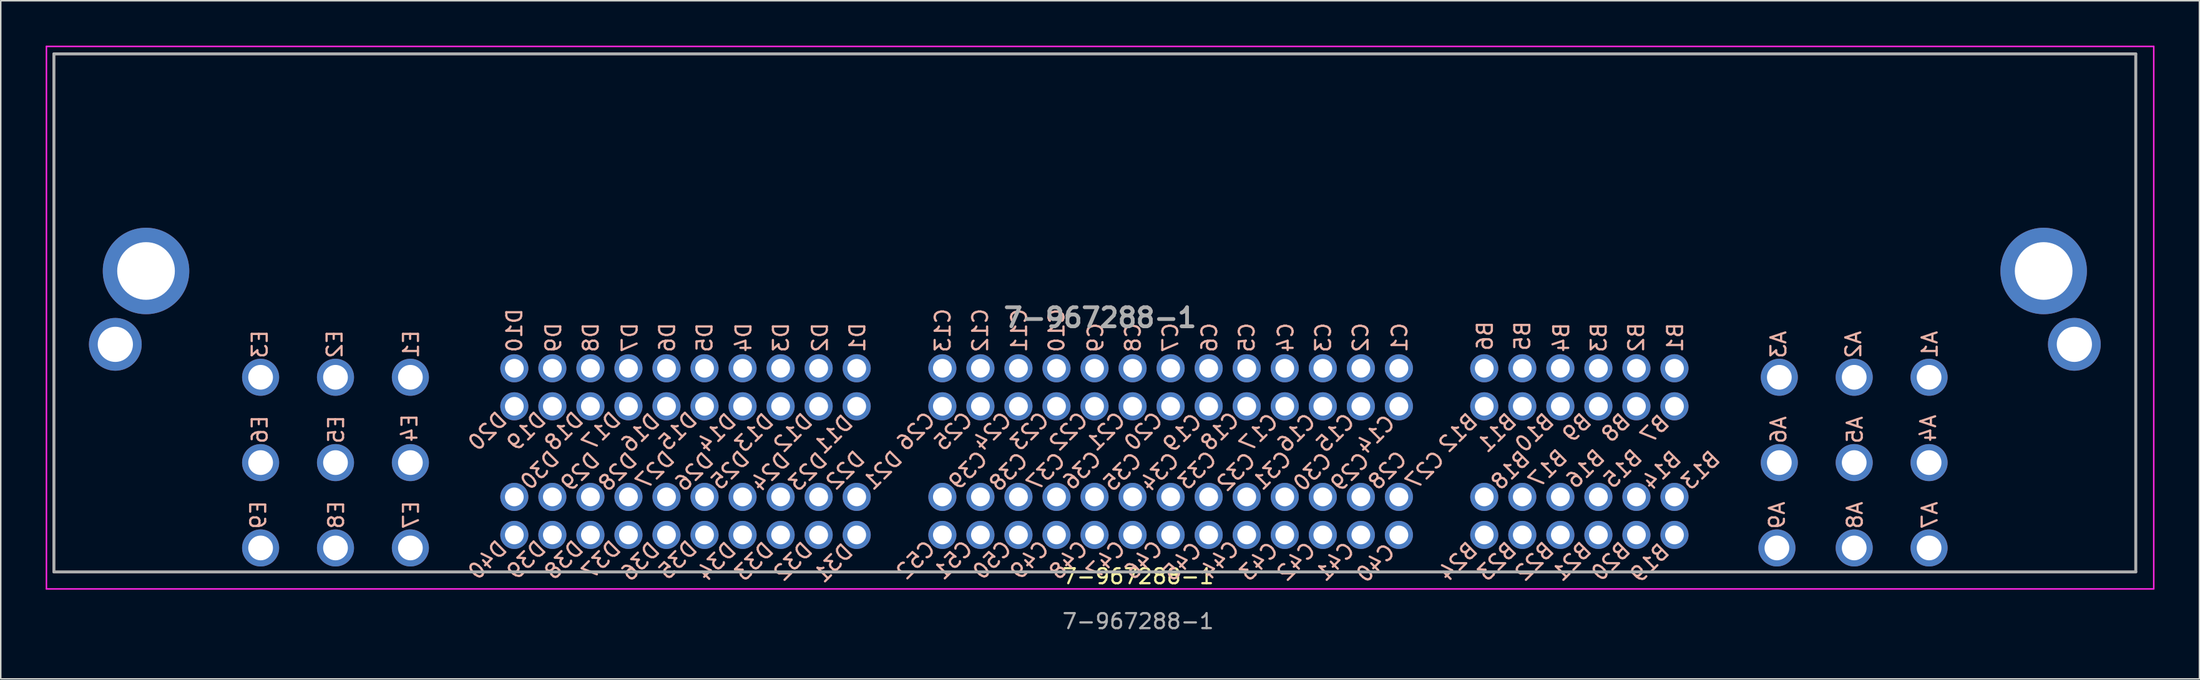
<source format=kicad_pcb>
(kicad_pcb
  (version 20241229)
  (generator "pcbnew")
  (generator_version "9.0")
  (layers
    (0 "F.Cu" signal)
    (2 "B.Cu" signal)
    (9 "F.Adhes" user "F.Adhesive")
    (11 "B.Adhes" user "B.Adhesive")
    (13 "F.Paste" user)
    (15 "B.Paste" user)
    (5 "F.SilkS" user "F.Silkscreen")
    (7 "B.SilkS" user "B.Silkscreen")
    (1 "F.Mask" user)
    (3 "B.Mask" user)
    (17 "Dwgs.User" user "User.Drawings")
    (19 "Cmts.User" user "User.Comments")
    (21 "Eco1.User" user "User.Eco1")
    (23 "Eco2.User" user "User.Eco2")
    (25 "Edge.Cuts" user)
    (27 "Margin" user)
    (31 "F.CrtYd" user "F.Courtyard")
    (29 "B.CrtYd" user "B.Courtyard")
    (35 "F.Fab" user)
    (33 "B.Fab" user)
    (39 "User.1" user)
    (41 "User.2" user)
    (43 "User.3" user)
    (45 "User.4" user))
  (footprint "7-967288-1"
    (layer "F.Cu")
    (at 72.94 35.949)
    (property "Reference" "7-967288-1" (at 0 -0.5 0) (unlocked yes) (layer "F.SilkS") (effects (font (size 1 1) (thickness 0.15))))
    (attr through_hole)
    (fp_line (start -72.39 -35.399) (end 66.61 -35.399) (stroke (width 0.1) (type solid)) (layer "F.SilkS"))
    (fp_line (start -72.39 -0.799) (end -72.39 -35.399) (stroke (width 0.1) (type solid)) (layer "F.SilkS"))
    (fp_line (start -60.39 -0.799) (end -72.39 -0.799) (stroke (width 0.1) (type solid)) (layer "F.SilkS"))
    (fp_line (start 40.61 -0.799) (end -46.39 -0.799) (stroke (width 0.1) (type solid)) (layer "F.SilkS"))
    (fp_line (start 66.61 -35.399) (end 66.61 -0.799) (stroke (width 0.1) (type solid)) (layer "F.SilkS"))
    (fp_line (start 66.61 -0.799) (end 54.61 -0.799) (stroke (width 0.1) (type solid)) (layer "F.SilkS"))
    (fp_line (start -72.89 -35.899) (end 67.81 -35.899) (stroke (width 0.1) (type solid)) (layer "F.CrtYd"))
    (fp_line (start -72.89 0.339) (end -72.89 -35.899) (stroke (width 0.1) (type solid)) (layer "F.CrtYd"))
    (fp_line (start 67.81 -35.899) (end 67.81 0.339) (stroke (width 0.1) (type solid)) (layer "F.CrtYd"))
    (fp_line (start 67.81 0.339) (end -72.89 0.339) (stroke (width 0.1) (type solid)) (layer "F.CrtYd"))
    (fp_line (start -72.39 -35.399) (end 66.61 -35.399) (stroke (width 0.2) (type solid)) (layer "F.Fab"))
    (fp_line (start -72.39 -0.799) (end -72.39 -35.399) (stroke (width 0.2) (type solid)) (layer "F.Fab"))
    (fp_line (start 66.61 -35.399) (end 66.61 -0.799) (stroke (width 0.2) (type solid)) (layer "F.Fab"))
    (fp_line (start 66.61 -0.799) (end -72.39 -0.799) (stroke (width 0.2) (type solid)) (layer "F.Fab"))
    (fp_text user "C7" (at 2.16 -15.38 90) (unlocked yes) (layer "B.SilkS") (effects (font (size 1 1) (thickness 0.15)) (justify right mirror)))
    (fp_text user "B4" (at 28.26 -15.38 90) (unlocked yes) (layer "B.SilkS") (effects (font (size 1 1) (thickness 0.15)) (justify right mirror)))
    (fp_text user "C32" (at 5.46 -6.38 45) (unlocked yes) (layer "B.SilkS") (effects (font (size 1 1) (thickness 0.15)) (justify right mirror)))
    (fp_text user "C13" (at -13.04 -15.38 90) (unlocked yes) (layer "B.SilkS") (effects (font (size 1 1) (thickness 0.15)) (justify right mirror)))
    (fp_text user "C11" (at -7.94 -15.38 90) (unlocked yes) (layer "B.SilkS") (effects (font (size 1 1) (thickness 0.15)) (justify right mirror)))
    (fp_text user "C19" (at 4.06 -11.18 45) (unlocked yes) (layer "B.SilkS") (effects (font (size 1 1) (thickness 0.15)) (justify left mirror)))
    (fp_text user "C46" (at 1.46 -2.68 45) (unlocked yes) (layer "B.SilkS") (effects (font (size 1 1) (thickness 0.15)) (justify left mirror)))
    (fp_text user "C41" (at 14.26 -2.58 45) (unlocked yes) (layer "B.SilkS") (effects (font (size 1 1) (thickness 0.15)) (justify left mirror)))
    (fp_text user "C18" (at 6.56 -11.28 45) (unlocked yes) (layer "B.SilkS") (effects (font (size 1 1) (thickness 0.15)) (justify left mirror)))
    (fp_text user "E2" (at -53.64 -14.98 90) (unlocked yes) (layer "B.SilkS") (effects (font (size 1 1) (thickness 0.15)) (justify right mirror)))
    (fp_text user "B14" (at 33.86 -6.48 45) (unlocked yes) (layer "B.SilkS") (effects (font (size 1 1) (thickness 0.15)) (justify right mirror)))
    (fp_text user "B8" (at 32.66 -11.18 45) (unlocked yes) (layer "B.SilkS") (effects (font (size 1 1) (thickness 0.15)) (justify left mirror)))
    (fp_text user "B17" (at 26.26 -6.58 45) (unlocked yes) (layer "B.SilkS") (effects (font (size 1 1) (thickness 0.15)) (justify right mirror)))
    (fp_text user "D20" (at -42.34 -11.28 45) (unlocked yes) (layer "B.SilkS") (effects (font (size 1 1) (thickness 0.15)) (justify left mirror)))
    (fp_text user "B1" (at 35.86 -15.38 90) (unlocked yes) (layer "B.SilkS") (effects (font (size 1 1) (thickness 0.15)) (justify right mirror)))
    (fp_text user "A9" (at 42.66 -3.58 90) (unlocked yes) (layer "B.SilkS") (effects (font (size 1 1) (thickness 0.15)) (justify right mirror)))
    (fp_text user "D33" (at -24.54 -2.58 45) (unlocked yes) (layer "B.SilkS") (effects (font (size 1 1) (thickness 0.15)) (justify left mirror)))
    (fp_text user "B9" (at 30.06 -11.18 45) (unlocked yes) (layer "B.SilkS") (effects (font (size 1 1) (thickness 0.15)) (justify left mirror)))
    (fp_text user "C27" (at 18.06 -6.48 45) (unlocked yes) (layer "B.SilkS") (effects (font (size 1 1) (thickness 0.15)) (justify right mirror)))
    (fp_text user "D27" (at -33.34 -6.48 45) (unlocked yes) (layer "B.SilkS") (effects (font (size 1 1) (thickness 0.15)) (justify right mirror)))
    (fp_text user "C16" (at 11.66 -11.18 45) (unlocked yes) (layer "B.SilkS") (effects (font (size 1 1) (thickness 0.15)) (justify left mirror)))
    (fp_text user "A8" (at 47.86 -3.58 90) (unlocked yes) (layer "B.SilkS") (effects (font (size 1 1) (thickness 0.15)) (justify right mirror)))
    (fp_text user "D3" (at -23.84 -15.38 90) (unlocked yes) (layer "B.SilkS") (effects (font (size 1 1) (thickness 0.15)) (justify right mirror)))
    (fp_text user "C2" (at 14.86 -15.38 90) (unlocked yes) (layer "B.SilkS") (effects (font (size 1 1) (thickness 0.15)) (justify right mirror)))
    (fp_text user "E3" (at -58.64 -14.98 90) (unlocked yes) (layer "B.SilkS") (effects (font (size 1 1) (thickness 0.15)) (justify right mirror)))
    (fp_text user "C44" (at 6.56 -2.68 45) (unlocked yes) (layer "B.SilkS") (effects (font (size 1 1) (thickness 0.15)) (justify left mirror)))
    (fp_text user "B24" (at 22.46 -2.58 45) (unlocked yes) (layer "B.SilkS") (effects (font (size 1 1) (thickness 0.15)) (justify left mirror)))
    (fp_text user "C3" (at 12.36 -15.38 90) (unlocked yes) (layer "B.SilkS") (effects (font (size 1 1) (thickness 0.15)) (justify right mirror)))
    (fp_text user "C22" (at -3.54 -11.28 45) (unlocked yes) (layer "B.SilkS") (effects (font (size 1 1) (thickness 0.15)) (justify left mirror)))
    (fp_text user "B3" (at 30.76 -15.38 90) (unlocked yes) (layer "B.SilkS") (effects (font (size 1 1) (thickness 0.15)) (justify right mirror)))
    (fp_text user "D12" (at -21.94 -11.18 45) (unlocked yes) (layer "B.SilkS") (effects (font (size 1 1) (thickness 0.15)) (justify left mirror)))
    (fp_text user "D8" (at -36.54 -15.38 90) (unlocked yes) (layer "B.SilkS") (effects (font (size 1 1) (thickness 0.15)) (justify right mirror)))
    (fp_text user "C40" (at 16.96 -2.48 45) (unlocked yes) (layer "B.SilkS") (effects (font (size 1 1) (thickness 0.15)) (justify left mirror)))
    (fp_text user "B2" (at 33.26 -15.38 90) (unlocked yes) (layer "B.SilkS") (effects (font (size 1 1) (thickness 0.15)) (justify right mirror)))
    (fp_text user "A5" (at 47.86 -9.28 90) (unlocked yes) (layer "B.SilkS") (effects (font (size 1 1) (thickness 0.15)) (justify right mirror)))
    (fp_text user "C4" (at 9.86 -15.38 90) (unlocked yes) (layer "B.SilkS") (effects (font (size 1 1) (thickness 0.15)) (justify right mirror)))
    (fp_text user "D35" (at -29.64 -2.68 45) (unlocked yes) (layer "B.SilkS") (effects (font (size 1 1) (thickness 0.15)) (justify left mirror)))
    (fp_text user "E7" (at -48.54 -3.58 90) (unlocked yes) (layer "B.SilkS") (effects (font (size 1 1) (thickness 0.15)) (justify right mirror)))
    (fp_text user "C33" (at 2.86 -6.48 45) (unlocked yes) (layer "B.SilkS") (effects (font (size 1 1) (thickness 0.15)) (justify right mirror)))
    (fp_text user "D7" (at -33.94 -15.38 90) (unlocked yes) (layer "B.SilkS") (effects (font (size 1 1) (thickness 0.15)) (justify right mirror)))
    (fp_text user "C50" (at -8.64 -2.68 45) (unlocked yes) (layer "B.SilkS") (effects (font (size 1 1) (thickness 0.15)) (justify left mirror)))
    (fp_text user "E9" (at -58.74 -3.58 90) (unlocked yes) (layer "B.SilkS") (effects (font (size 1 1) (thickness 0.15)) (justify right mirror)))
    (fp_text user "E5" (at -53.54 -9.28 90) (unlocked yes) (layer "B.SilkS") (effects (font (size 1 1) (thickness 0.15)) (justify right mirror)))
    (fp_text user "D26" (at -30.74 -6.38 45) (unlocked yes) (layer "B.SilkS") (effects (font (size 1 1) (thickness 0.15)) (justify right mirror)))
    (fp_text user "A1" (at 52.86 -14.98 90) (unlocked yes) (layer "B.SilkS") (effects (font (size 1 1) (thickness 0.15)) (justify right mirror)))
    (fp_text user "D2" (at -21.24 -15.38 90) (unlocked yes) (layer "B.SilkS") (effects (font (size 1 1) (thickness 0.15)) (justify right mirror)))
    (fp_text user "D18" (at -37.24 -11.28 45) (unlocked yes) (layer "B.SilkS") (effects (font (size 1 1) (thickness 0.15)) (justify left mirror)))
    (fp_text user "E1" (at -48.54 -14.98 90) (unlocked yes) (layer "B.SilkS") (effects (font (size 1 1) (thickness 0.15)) (justify right mirror)))
    (fp_text user "B23" (at 25.06 -2.58 45) (unlocked yes) (layer "B.SilkS") (effects (font (size 1 1) (thickness 0.15)) (justify left mirror)))
    (fp_text user "C52" (at -13.74 -2.68 45) (unlocked yes) (layer "B.SilkS") (effects (font (size 1 1) (thickness 0.15)) (justify left mirror)))
    (fp_text user "A2" (at 47.76 -14.98 90) (unlocked yes) (layer "B.SilkS") (effects (font (size 1 1) (thickness 0.15)) (justify right mirror)))
    (fp_text user "D25" (at -28.34 -6.48 45) (unlocked yes) (layer "B.SilkS") (effects (font (size 1 1) (thickness 0.15)) (justify right mirror)))
    (fp_text user "D30" (at -41.04 -6.48 45) (unlocked yes) (layer "B.SilkS") (effects (font (size 1 1) (thickness 0.15)) (justify right mirror)))
    (fp_text user "D21" (at -18.14 -6.48 45) (unlocked yes) (layer "B.SilkS") (effects (font (size 1 1) (thickness 0.15)) (justify right mirror)))
    (fp_text user "D31" (at -19.24 -2.48 45) (unlocked yes) (layer "B.SilkS") (effects (font (size 1 1) (thickness 0.15)) (justify left mirror)))
    (fp_text user "D38" (at -37.24 -2.68 45) (unlocked yes) (layer "B.SilkS") (effects (font (size 1 1) (thickness 0.15)) (justify left mirror)))
    (fp_text user "B22" (at 27.56 -2.58 45) (unlocked yes) (layer "B.SilkS") (effects (font (size 1 1) (thickness 0.15)) (justify left mirror)))
    (fp_text user "D13" (at -24.54 -11.18 45) (unlocked yes) (layer "B.SilkS") (effects (font (size 1 1) (thickness 0.15)) (justify left mirror)))
    (fp_text user "D29" (at -38.34 -6.38 45) (unlocked yes) (layer "B.SilkS") (effects (font (size 1 1) (thickness 0.15)) (justify right mirror)))
    (fp_text user "A6" (at 42.76 -9.28 90) (unlocked yes) (layer "B.SilkS") (effects (font (size 1 1) (thickness 0.15)) (justify right mirror)))
    (fp_text user "D19" (at -39.74 -11.28 45) (unlocked yes) (layer "B.SilkS") (effects (font (size 1 1) (thickness 0.15)) (justify left mirror)))
    (fp_text user "C51" (at -11.24 -2.68 45) (unlocked yes) (layer "B.SilkS") (effects (font (size 1 1) (thickness 0.15)) (justify left mirror)))
    (fp_text user "D39" (at -39.74 -2.68 45) (unlocked yes) (layer "B.SilkS") (effects (font (size 1 1) (thickness 0.15)) (justify left mirror)))
    (fp_text user "C34" (at 0.36 -6.38 45) (unlocked yes) (layer "B.SilkS") (effects (font (size 1 1) (thickness 0.15)) (justify right mirror)))
    (fp_text user "D32" (at -21.94 -2.58 45) (unlocked yes) (layer "B.SilkS") (effects (font (size 1 1) (thickness 0.15)) (justify left mirror)))
    (fp_text user "D36" (at -32.14 -2.58 45) (unlocked yes) (layer "B.SilkS") (effects (font (size 1 1) (thickness 0.15)) (justify left mirror)))
    (fp_text user "D28" (at -35.84 -6.38 45) (unlocked yes) (layer "B.SilkS") (effects (font (size 1 1) (thickness 0.15)) (justify right mirror)))
    (fp_text user "B6" (at 23.16 -15.48 90) (unlocked yes) (layer "B.SilkS") (effects (font (size 1 1) (thickness 0.15)) (justify right mirror)))
    (fp_text user "C24" (at -8.64 -11.28 45) (unlocked yes) (layer "B.SilkS") (effects (font (size 1 1) (thickness 0.15)) (justify left mirror)))
    (fp_text user "C38" (at -9.74 -6.38 45) (unlocked yes) (layer "B.SilkS") (effects (font (size 1 1) (thickness 0.15)) (justify right mirror)))
    (fp_text user "C10" (at -5.44 -15.38 90) (unlocked yes) (layer "B.SilkS") (effects (font (size 1 1) (thickness 0.15)) (justify right mirror)))
    (fp_text user "B20" (at 32.66 -2.58 45) (unlocked yes) (layer "B.SilkS") (effects (font (size 1 1) (thickness 0.15)) (justify left mirror)))
    (fp_text user "D5" (at -28.94 -15.38 90) (unlocked yes) (layer "B.SilkS") (effects (font (size 1 1) (thickness 0.15)) (justify right mirror)))
    (fp_text user "C42" (at 11.66 -2.58 45) (unlocked yes) (layer "B.SilkS") (effects (font (size 1 1) (thickness 0.15)) (justify left mirror)))
    (fp_text user "C12" (at -10.54 -15.38 90) (unlocked yes) (layer "B.SilkS") (effects (font (size 1 1) (thickness 0.15)) (justify right mirror)))
    (fp_text user "D24" (at -25.64 -6.38 45) (unlocked yes) (layer "B.SilkS") (effects (font (size 1 1) (thickness 0.15)) (justify right mirror)))
    (fp_text user "C8" (at -0.34 -15.38 90) (unlocked yes) (layer "B.SilkS") (effects (font (size 1 1) (thickness 0.15)) (justify right mirror)))
    (fp_text user "D17" (at -34.74 -11.28 45) (unlocked yes) (layer "B.SilkS") (effects (font (size 1 1) (thickness 0.15)) (justify left mirror)))
    (fp_text user "B10" (at 27.56 -11.18 45) (unlocked yes) (layer "B.SilkS") (effects (font (size 1 1) (thickness 0.15)) (justify left mirror)))
    (fp_text user "C26" (at -13.74 -11.28 45) (unlocked yes) (layer "B.SilkS") (effects (font (size 1 1) (thickness 0.15)) (justify left mirror)))
    (fp_text user "C20" (at 1.46 -11.28 45) (unlocked yes) (layer "B.SilkS") (effects (font (size 1 1) (thickness 0.15)) (justify left mirror)))
    (fp_text user "E4" (at -48.64 -9.38 90) (unlocked yes) (layer "B.SilkS") (effects (font (size 1 1) (thickness 0.15)) (justify right mirror)))
    (fp_text user "D15" (at -29.64 -11.28 45) (unlocked yes) (layer "B.SilkS") (effects (font (size 1 1) (thickness 0.15)) (justify left mirror)))
    (fp_text user "C39" (at -12.44 -6.48 45) (unlocked yes) (layer "B.SilkS") (effects (font (size 1 1) (thickness 0.15)) (justify right mirror)))
    (fp_text user "C31" (at 7.86 -6.48 45) (unlocked yes) (layer "B.SilkS") (effects (font (size 1 1) (thickness 0.15)) (justify right mirror)))
    (fp_text user "C36" (at -4.84 -6.48 45) (unlocked yes) (layer "B.SilkS") (effects (font (size 1 1) (thickness 0.15)) (justify right mirror)))
    (fp_text user "C15" (at 14.26 -11.18 45) (unlocked yes) (layer "B.SilkS") (effects (font (size 1 1) (thickness 0.15)) (justify left mirror)))
    (fp_text user "C9" (at -2.84 -15.38 90) (unlocked yes) (layer "B.SilkS") (effects (font (size 1 1) (thickness 0.15)) (justify right mirror)))
    (fp_text user "C47" (at -1.04 -2.68 45) (unlocked yes) (layer "B.SilkS") (effects (font (size 1 1) (thickness 0.15)) (justify left mirror)))
    (fp_text user "C14" (at 16.96 -11.08 45) (unlocked yes) (layer "B.SilkS") (effects (font (size 1 1) (thickness 0.15)) (justify left mirror)))
    (fp_text user "C17" (at 9.16 -11.18 45) (unlocked yes) (layer "B.SilkS") (effects (font (size 1 1) (thickness 0.15)) (justify left mirror)))
    (fp_text user "B7" (at 35.26 -11.08 45) (unlocked yes) (layer "B.SilkS") (effects (font (size 1 1) (thickness 0.15)) (justify left mirror)))
    (fp_text user "D40" (at -42.34 -2.68 45) (unlocked yes) (layer "B.SilkS") (effects (font (size 1 1) (thickness 0.15)) (justify left mirror)))
    (fp_text user "D37" (at -34.74 -2.68 45) (unlocked yes) (layer "B.SilkS") (effects (font (size 1 1) (thickness 0.15)) (justify left mirror)))
    (fp_text user "C45" (at 4.06 -2.58 45) (unlocked yes) (layer "B.SilkS") (effects (font (size 1 1) (thickness 0.15)) (justify left mirror)))
    (fp_text user "E8" (at -53.54 -3.58 90) (unlocked yes) (layer "B.SilkS") (effects (font (size 1 1) (thickness 0.15)) (justify right mirror)))
    (fp_text user "C48" (at -3.54 -2.68 45) (unlocked yes) (layer "B.SilkS") (effects (font (size 1 1) (thickness 0.15)) (justify left mirror)))
    (fp_text user "B11" (at 25.06 -11.18 45) (unlocked yes) (layer "B.SilkS") (effects (font (size 1 1) (thickness 0.15)) (justify left mirror)))
    (fp_text user "B12" (at 22.46 -11.18 45) (unlocked yes) (layer "B.SilkS") (effects (font (size 1 1) (thickness 0.15)) (justify left mirror)))
    (fp_text user "B21" (at 30.06 -2.58 45) (unlocked yes) (layer "B.SilkS") (effects (font (size 1 1) (thickness 0.15)) (justify left mirror)))
    (fp_text user "D1" (at -18.74 -15.38 90) (unlocked yes) (layer "B.SilkS") (effects (font (size 1 1) (thickness 0.15)) (justify right mirror)))
    (fp_text user "C49" (at -6.14 -2.68 45) (unlocked yes) (layer "B.SilkS") (effects (font (size 1 1) (thickness 0.15)) (justify left mirror)))
    (fp_text user "C29" (at 13.06 -6.38 45) (unlocked yes) (layer "B.SilkS") (effects (font (size 1 1) (thickness 0.15)) (justify right mirror)))
    (fp_text user "D34" (at -27.04 -2.58 45) (unlocked yes) (layer "B.SilkS") (effects (font (size 1 1) (thickness 0.15)) (justify left mirror)))
    (fp_text user "B13" (at 36.46 -6.48 45) (unlocked yes) (layer "B.SilkS") (effects (font (size 1 1) (thickness 0.15)) (justify right mirror)))
    (fp_text user "C30" (at 10.56 -6.38 45) (unlocked yes) (layer "B.SilkS") (effects (font (size 1 1) (thickness 0.15)) (justify right mirror)))
    (fp_text user "C28" (at 15.56 -6.48 45) (unlocked yes) (layer "B.SilkS") (effects (font (size 1 1) (thickness 0.15)) (justify right mirror)))
    (fp_text user "C25" (at -11.24 -11.28 45) (unlocked yes) (layer "B.SilkS") (effects (font (size 1 1) (thickness 0.15)) (justify left mirror)))
    (fp_text user "D9" (at -39.04 -15.38 90) (unlocked yes) (layer "B.SilkS") (effects (font (size 1 1) (thickness 0.15)) (justify right mirror)))
    (fp_text user "D14" (at -27.04 -11.18 45) (unlocked yes) (layer "B.SilkS") (effects (font (size 1 1) (thickness 0.15)) (justify left mirror)))
    (fp_text user "C21" (at -1.04 -11.28 45) (unlocked yes) (layer "B.SilkS") (effects (font (size 1 1) (thickness 0.15)) (justify left mirror)))
    (fp_text user "D23" (at -23.14 -6.38 45) (unlocked yes) (layer "B.SilkS") (effects (font (size 1 1) (thickness 0.15)) (justify right mirror)))
    (fp_text user "E6" (at -58.64 -9.28 90) (unlocked yes) (layer "B.SilkS") (effects (font (size 1 1) (thickness 0.15)) (justify right mirror)))
    (fp_text user "B19" (at 35.26 -2.48 45) (unlocked yes) (layer "B.SilkS") (effects (font (size 1 1) (thickness 0.15)) (justify left mirror)))
    (fp_text user "D4" (at -26.34 -15.38 90) (unlocked yes) (layer "B.SilkS") (effects (font (size 1 1) (thickness 0.15)) (justify right mirror)))
    (fp_text user "D10" (at -41.64 -15.38 90) (unlocked yes) (layer "B.SilkS") (effects (font (size 1 1) (thickness 0.15)) (justify right mirror)))
    (fp_text user "C23" (at -6.14 -11.28 45) (unlocked yes) (layer "B.SilkS") (effects (font (size 1 1) (thickness 0.15)) (justify left mirror)))
    (fp_text user "D6" (at -31.44 -15.38 90) (unlocked yes) (layer "B.SilkS") (effects (font (size 1 1) (thickness 0.15)) (justify right mirror)))
    (fp_text user "D16" (at -32.14 -11.18 45) (unlocked yes) (layer "B.SilkS") (effects (font (size 1 1) (thickness 0.15)) (justify left mirror)))
    (fp_text user "A4" (at 52.76 -9.38 90) (unlocked yes) (layer "B.SilkS") (effects (font (size 1 1) (thickness 0.15)) (justify right mirror)))
    (fp_text user "A7" (at 52.86 -3.58 90) (unlocked yes) (layer "B.SilkS") (effects (font (size 1 1) (thickness 0.15)) (justify right mirror)))
    (fp_text user "C35" (at -2.14 -6.38 45) (unlocked yes) (layer "B.SilkS") (effects (font (size 1 1) (thickness 0.15)) (justify right mirror)))
    (fp_text user "C1" (at 17.46 -15.38 90) (unlocked yes) (layer "B.SilkS") (effects (font (size 1 1) (thickness 0.15)) (justify right mirror)))
    (fp_text user "C37" (at -7.24 -6.38 45) (unlocked yes) (layer "B.SilkS") (effects (font (size 1 1) (thickness 0.15)) (justify right mirror)))
    (fp_text user "B15" (at 31.26 -6.58 45) (unlocked yes) (layer "B.SilkS") (effects (font (size 1 1) (thickness 0.15)) (justify right mirror)))
    (fp_text user "B5" (at 25.66 -15.48 90) (unlocked yes) (layer "B.SilkS") (effects (font (size 1 1) (thickness 0.15)) (justify right mirror)))
    (fp_text user "B18" (at 23.76 -6.48 45) (unlocked yes) (layer "B.SilkS") (effects (font (size 1 1) (thickness 0.15)) (justify right mirror)))
    (fp_text user "D22" (at -20.64 -6.48 45) (unlocked yes) (layer "B.SilkS") (effects (font (size 1 1) (thickness 0.15)) (justify right mirror)))
    (fp_text user "A3" (at 42.76 -14.98 90) (unlocked yes) (layer "B.SilkS") (effects (font (size 1 1) (thickness 0.15)) (justify right mirror)))
    (fp_text user "C43" (at 9.16 -2.58 45) (unlocked yes) (layer "B.SilkS") (effects (font (size 1 1) (thickness 0.15)) (justify left mirror)))
    (fp_text user "C6" (at 4.76 -15.38 90) (unlocked yes) (layer "B.SilkS") (effects (font (size 1 1) (thickness 0.15)) (justify right mirror)))
    (fp_text user "D11" (at -19.24 -11.08 45) (unlocked yes) (layer "B.SilkS") (effects (font (size 1 1) (thickness 0.15)) (justify left mirror)))
    (fp_text user "C5" (at 7.26 -15.38 90) (unlocked yes) (layer "B.SilkS") (effects (font (size 1 1) (thickness 0.15)) (justify right mirror)))
    (fp_text user "B16" (at 28.76 -6.58 45) (unlocked yes) (layer "B.SilkS") (effects (font (size 1 1) (thickness 0.15)) (justify right mirror)))
    (fp_text user "${REFERENCE}" (at -2.54 -17.78 180) (layer "F.Fab") (effects (font (size 1.27 1.27) (thickness 0.254))))
    (fp_text user "${REFERENCE}" (at 0 2.5 0) (unlocked yes) (layer "F.Fab") (effects (font (size 1 1) (thickness 0.15))))
    (pad "A1" thru_hole circle (at 52.81 -13.799 180) (size 2.475 2.475) (drill 1.65) (layers "*.Cu" "*.Mask"))
    (pad "A2" thru_hole circle (at 47.81 -13.799 180) (size 2.475 2.475) (drill 1.65) (layers "*.Cu" "*.Mask"))
    (pad "A3" thru_hole circle (at 42.81 -13.799 180) (size 2.475 2.475) (drill 1.65) (layers "*.Cu" "*.Mask"))
    (pad "A4" thru_hole circle (at 52.81 -8.099 180) (size 2.475 2.475) (drill 1.65) (layers "*.Cu" "*.Mask"))
    (pad "A5" thru_hole circle (at 47.81 -8.099 180) (size 2.475 2.475) (drill 1.65) (layers "*.Cu" "*.Mask"))
    (pad "A6" thru_hole circle (at 42.81 -8.099 180) (size 2.475 2.475) (drill 1.65) (layers "*.Cu" "*.Mask"))
    (pad "A7" thru_hole circle (at 52.81 -2.399 180) (size 2.475 2.475) (drill 1.65) (layers "*.Cu" "*.Mask"))
    (pad "A8" thru_hole circle (at 47.81 -2.399 180) (size 2.475 2.475) (drill 1.65) (layers "*.Cu" "*.Mask"))
    (pad "A9" thru_hole circle (at 42.65 -2.399 180) (size 2.475 2.475) (drill 1.65) (layers "*.Cu" "*.Mask"))
    (pad "B1" thru_hole circle (at 35.81 -14.399 180) (size 1.875 1.875) (drill 1.25) (layers "*.Cu" "*.Mask"))
    (pad "B2" thru_hole circle (at 33.27 -14.399 180) (size 1.875 1.875) (drill 1.25) (layers "*.Cu" "*.Mask"))
    (pad "B3" thru_hole circle (at 30.73 -14.399 180) (size 1.875 1.875) (drill 1.25) (layers "*.Cu" "*.Mask"))
    (pad "B4" thru_hole circle (at 28.19 -14.399 180) (size 1.875 1.875) (drill 1.25) (layers "*.Cu" "*.Mask"))
    (pad "B5" thru_hole circle (at 25.65 -14.399 180) (size 1.875 1.875) (drill 1.25) (layers "*.Cu" "*.Mask"))
    (pad "B6" thru_hole circle (at 23.11 -14.399 180) (size 1.875 1.875) (drill 1.25) (layers "*.Cu" "*.Mask"))
    (pad "B7" thru_hole circle (at 35.81 -11.859 180) (size 1.875 1.875) (drill 1.25) (layers "*.Cu" "*.Mask"))
    (pad "B8" thru_hole circle (at 33.27 -11.859 180) (size 1.875 1.875) (drill 1.25) (layers "*.Cu" "*.Mask"))
    (pad "B9" thru_hole circle (at 30.73 -11.859 180) (size 1.875 1.875) (drill 1.25) (layers "*.Cu" "*.Mask"))
    (pad "B10" thru_hole circle (at 28.19 -11.859 180) (size 1.875 1.875) (drill 1.25) (layers "*.Cu" "*.Mask"))
    (pad "B11" thru_hole circle (at 25.65 -11.859 180) (size 1.875 1.875) (drill 1.25) (layers "*.Cu" "*.Mask"))
    (pad "B12" thru_hole circle (at 23.11 -11.859 180) (size 1.875 1.875) (drill 1.25) (layers "*.Cu" "*.Mask"))
    (pad "B13" thru_hole circle (at 35.81 -5.809 180) (size 1.875 1.875) (drill 1.25) (layers "*.Cu" "*.Mask"))
    (pad "B14" thru_hole circle (at 33.27 -5.809 180) (size 1.875 1.875) (drill 1.25) (layers "*.Cu" "*.Mask"))
    (pad "B15" thru_hole circle (at 30.73 -5.809 180) (size 1.875 1.875) (drill 1.25) (layers "*.Cu" "*.Mask"))
    (pad "B16" thru_hole circle (at 28.19 -5.809 180) (size 1.875 1.875) (drill 1.25) (layers "*.Cu" "*.Mask"))
    (pad "B17" thru_hole circle (at 25.65 -5.809 180) (size 1.875 1.875) (drill 1.25) (layers "*.Cu" "*.Mask"))
    (pad "B18" thru_hole circle (at 23.11 -5.809 180) (size 1.875 1.875) (drill 1.25) (layers "*.Cu" "*.Mask"))
    (pad "B19" thru_hole circle (at 35.81 -3.269 180) (size 1.875 1.875) (drill 1.25) (layers "*.Cu" "*.Mask"))
    (pad "B20" thru_hole circle (at 33.27 -3.269 180) (size 1.875 1.875) (drill 1.25) (layers "*.Cu" "*.Mask"))
    (pad "B21" thru_hole circle (at 30.73 -3.269 180) (size 1.875 1.875) (drill 1.25) (layers "*.Cu" "*.Mask"))
    (pad "B22" thru_hole circle (at 28.19 -3.269 180) (size 1.875 1.875) (drill 1.25) (layers "*.Cu" "*.Mask"))
    (pad "B23" thru_hole circle (at 25.65 -3.269 180) (size 1.875 1.875) (drill 1.25) (layers "*.Cu" "*.Mask"))
    (pad "B24" thru_hole circle (at 23.11 -3.269 180) (size 1.875 1.875) (drill 1.25) (layers "*.Cu" "*.Mask"))
    (pad "C1" thru_hole circle (at 17.41 -14.399 180) (size 1.875 1.875) (drill 1.25) (layers "*.Cu" "*.Mask"))
    (pad "C2" thru_hole circle (at 14.87 -14.399 180) (size 1.875 1.875) (drill 1.25) (layers "*.Cu" "*.Mask"))
    (pad "C3" thru_hole circle (at 12.33 -14.399 180) (size 1.875 1.875) (drill 1.25) (layers "*.Cu" "*.Mask"))
    (pad "C4" thru_hole circle (at 9.79 -14.399 180) (size 1.875 1.875) (drill 1.25) (layers "*.Cu" "*.Mask"))
    (pad "C5" thru_hole circle (at 7.25 -14.399 180) (size 1.875 1.875) (drill 1.25) (layers "*.Cu" "*.Mask"))
    (pad "C6" thru_hole circle (at 4.71 -14.399 180) (size 1.875 1.875) (drill 1.25) (layers "*.Cu" "*.Mask"))
    (pad "C7" thru_hole circle (at 2.17 -14.399 180) (size 1.875 1.875) (drill 1.25) (layers "*.Cu" "*.Mask"))
    (pad "C8" thru_hole circle (at -0.37 -14.399 180) (size 1.875 1.875) (drill 1.25) (layers "*.Cu" "*.Mask"))
    (pad "C9" thru_hole circle (at -2.91 -14.399 180) (size 1.875 1.875) (drill 1.25) (layers "*.Cu" "*.Mask"))
    (pad "C10" thru_hole circle (at -5.45 -14.399 180) (size 1.875 1.875) (drill 1.25) (layers "*.Cu" "*.Mask"))
    (pad "C11" thru_hole circle (at -7.99 -14.399 180) (size 1.875 1.875) (drill 1.25) (layers "*.Cu" "*.Mask"))
    (pad "C12" thru_hole circle (at -10.53 -14.399 180) (size 1.875 1.875) (drill 1.25) (layers "*.Cu" "*.Mask"))
    (pad "C13" thru_hole circle (at -13.07 -14.399 180) (size 1.875 1.875) (drill 1.25) (layers "*.Cu" "*.Mask"))
    (pad "C14" thru_hole circle (at 17.41 -11.859 180) (size 1.875 1.875) (drill 1.25) (layers "*.Cu" "*.Mask"))
    (pad "C15" thru_hole circle (at 14.87 -11.859 180) (size 1.875 1.875) (drill 1.25) (layers "*.Cu" "*.Mask"))
    (pad "C16" thru_hole circle (at 12.33 -11.859 180) (size 1.875 1.875) (drill 1.25) (layers "*.Cu" "*.Mask"))
    (pad "C17" thru_hole circle (at 9.79 -11.859 180) (size 1.875 1.875) (drill 1.25) (layers "*.Cu" "*.Mask"))
    (pad "C18" thru_hole circle (at 7.25 -11.859 180) (size 1.875 1.875) (drill 1.25) (layers "*.Cu" "*.Mask"))
    (pad "C19" thru_hole circle (at 4.71 -11.859 180) (size 1.875 1.875) (drill 1.25) (layers "*.Cu" "*.Mask"))
    (pad "C20" thru_hole circle (at 2.17 -11.859 180) (size 1.875 1.875) (drill 1.25) (layers "*.Cu" "*.Mask"))
    (pad "C21" thru_hole circle (at -0.37 -11.859 180) (size 1.875 1.875) (drill 1.25) (layers "*.Cu" "*.Mask"))
    (pad "C22" thru_hole circle (at -2.91 -11.859 180) (size 1.875 1.875) (drill 1.25) (layers "*.Cu" "*.Mask"))
    (pad "C23" thru_hole circle (at -5.45 -11.859 180) (size 1.875 1.875) (drill 1.25) (layers "*.Cu" "*.Mask"))
    (pad "C24" thru_hole circle (at -7.99 -11.859 180) (size 1.875 1.875) (drill 1.25) (layers "*.Cu" "*.Mask"))
    (pad "C25" thru_hole circle (at -10.53 -11.859 180) (size 1.875 1.875) (drill 1.25) (layers "*.Cu" "*.Mask"))
    (pad "C26" thru_hole circle (at -13.07 -11.859 180) (size 1.875 1.875) (drill 1.25) (layers "*.Cu" "*.Mask"))
    (pad "C27" thru_hole circle (at 17.41 -5.809 180) (size 1.875 1.875) (drill 1.25) (layers "*.Cu" "*.Mask"))
    (pad "C28" thru_hole circle (at 14.87 -5.809 180) (size 1.875 1.875) (drill 1.25) (layers "*.Cu" "*.Mask"))
    (pad "C29" thru_hole circle (at 12.33 -5.809 180) (size 1.875 1.875) (drill 1.25) (layers "*.Cu" "*.Mask"))
    (pad "C30" thru_hole circle (at 9.79 -5.809 180) (size 1.875 1.875) (drill 1.25) (layers "*.Cu" "*.Mask"))
    (pad "C31" thru_hole circle (at 7.25 -5.809 180) (size 1.875 1.875) (drill 1.25) (layers "*.Cu" "*.Mask"))
    (pad "C32" thru_hole circle (at 4.71 -5.809 180) (size 1.875 1.875) (drill 1.25) (layers "*.Cu" "*.Mask"))
    (pad "C33" thru_hole circle (at 2.17 -5.809 180) (size 1.875 1.875) (drill 1.25) (layers "*.Cu" "*.Mask"))
    (pad "C34" thru_hole circle (at -0.37 -5.809 180) (size 1.875 1.875) (drill 1.25) (layers "*.Cu" "*.Mask"))
    (pad "C35" thru_hole circle (at -2.91 -5.809 180) (size 1.875 1.875) (drill 1.25) (layers "*.Cu" "*.Mask"))
    (pad "C36" thru_hole circle (at -5.45 -5.809 180) (size 1.875 1.875) (drill 1.25) (layers "*.Cu" "*.Mask"))
    (pad "C37" thru_hole circle (at -7.99 -5.809 180) (size 1.875 1.875) (drill 1.25) (layers "*.Cu" "*.Mask"))
    (pad "C38" thru_hole circle (at -10.53 -5.809 180) (size 1.875 1.875) (drill 1.25) (layers "*.Cu" "*.Mask"))
    (pad "C39" thru_hole circle (at -13.07 -5.809 180) (size 1.875 1.875) (drill 1.25) (layers "*.Cu" "*.Mask"))
    (pad "C40" thru_hole circle (at 17.41 -3.269 180) (size 1.875 1.875) (drill 1.25) (layers "*.Cu" "*.Mask"))
    (pad "C41" thru_hole circle (at 14.87 -3.269 180) (size 1.875 1.875) (drill 1.25) (layers "*.Cu" "*.Mask"))
    (pad "C42" thru_hole circle (at 12.33 -3.269 180) (size 1.875 1.875) (drill 1.25) (layers "*.Cu" "*.Mask"))
    (pad "C43" thru_hole circle (at 9.79 -3.269 180) (size 1.875 1.875) (drill 1.25) (layers "*.Cu" "*.Mask"))
    (pad "C44" thru_hole circle (at 7.25 -3.269 180) (size 1.875 1.875) (drill 1.25) (layers "*.Cu" "*.Mask"))
    (pad "C45" thru_hole circle (at 4.71 -3.269 180) (size 1.875 1.875) (drill 1.25) (layers "*.Cu" "*.Mask"))
    (pad "C46" thru_hole circle (at 2.17 -3.269 180) (size 1.875 1.875) (drill 1.25) (layers "*.Cu" "*.Mask"))
    (pad "C47" thru_hole circle (at -0.37 -3.269 180) (size 1.875 1.875) (drill 1.25) (layers "*.Cu" "*.Mask"))
    (pad "C48" thru_hole circle (at -2.91 -3.269 180) (size 1.875 1.875) (drill 1.25) (layers "*.Cu" "*.Mask"))
    (pad "C49" thru_hole circle (at -5.45 -3.269 180) (size 1.875 1.875) (drill 1.25) (layers "*.Cu" "*.Mask"))
    (pad "C50" thru_hole circle (at -7.99 -3.269 180) (size 1.875 1.875) (drill 1.25) (layers "*.Cu" "*.Mask"))
    (pad "C51" thru_hole circle (at -10.53 -3.269 180) (size 1.875 1.875) (drill 1.25) (layers "*.Cu" "*.Mask"))
    (pad "C52" thru_hole circle (at -13.07 -3.269 180) (size 1.875 1.875) (drill 1.25) (layers "*.Cu" "*.Mask"))
    (pad "D1" thru_hole circle (at -18.79 -14.399 180) (size 1.875 1.875) (drill 1.25) (layers "*.Cu" "*.Mask"))
    (pad "D2" thru_hole circle (at -21.33 -14.399 180) (size 1.875 1.875) (drill 1.25) (layers "*.Cu" "*.Mask"))
    (pad "D3" thru_hole circle (at -23.87 -14.399 180) (size 1.875 1.875) (drill 1.25) (layers "*.Cu" "*.Mask"))
    (pad "D4" thru_hole circle (at -26.41 -14.399 180) (size 1.875 1.875) (drill 1.25) (layers "*.Cu" "*.Mask"))
    (pad "D5" thru_hole circle (at -28.95 -14.399 180) (size 1.875 1.875) (drill 1.25) (layers "*.Cu" "*.Mask"))
    (pad "D6" thru_hole circle (at -31.49 -14.399 180) (size 1.875 1.875) (drill 1.25) (layers "*.Cu" "*.Mask"))
    (pad "D7" thru_hole circle (at -34.03 -14.399 180) (size 1.875 1.875) (drill 1.25) (layers "*.Cu" "*.Mask"))
    (pad "D8" thru_hole circle (at -36.57 -14.399 180) (size 1.875 1.875) (drill 1.25) (layers "*.Cu" "*.Mask"))
    (pad "D9" thru_hole circle (at -39.11 -14.399 180) (size 1.875 1.875) (drill 1.25) (layers "*.Cu" "*.Mask"))
    (pad "D10" thru_hole circle (at -41.65 -14.399 180) (size 1.875 1.875) (drill 1.25) (layers "*.Cu" "*.Mask"))
    (pad "D11" thru_hole circle (at -18.79 -11.859 180) (size 1.875 1.875) (drill 1.25) (layers "*.Cu" "*.Mask"))
    (pad "D12" thru_hole circle (at -21.33 -11.859 180) (size 1.875 1.875) (drill 1.25) (layers "*.Cu" "*.Mask"))
    (pad "D13" thru_hole circle (at -23.87 -11.859 180) (size 1.875 1.875) (drill 1.25) (layers "*.Cu" "*.Mask"))
    (pad "D14" thru_hole circle (at -26.41 -11.859 180) (size 1.875 1.875) (drill 1.25) (layers "*.Cu" "*.Mask"))
    (pad "D15" thru_hole circle (at -28.95 -11.859 180) (size 1.875 1.875) (drill 1.25) (layers "*.Cu" "*.Mask"))
    (pad "D16" thru_hole circle (at -31.49 -11.859 180) (size 1.875 1.875) (drill 1.25) (layers "*.Cu" "*.Mask"))
    (pad "D17" thru_hole circle (at -34.03 -11.859 180) (size 1.875 1.875) (drill 1.25) (layers "*.Cu" "*.Mask"))
    (pad "D18" thru_hole circle (at -36.57 -11.859 180) (size 1.875 1.875) (drill 1.25) (layers "*.Cu" "*.Mask"))
    (pad "D19" thru_hole circle (at -39.11 -11.859 180) (size 1.875 1.875) (drill 1.25) (layers "*.Cu" "*.Mask"))
    (pad "D20" thru_hole circle (at -41.65 -11.859 180) (size 1.875 1.875) (drill 1.25) (layers "*.Cu" "*.Mask"))
    (pad "D21" thru_hole circle (at -18.79 -5.809 180) (size 1.875 1.875) (drill 1.25) (layers "*.Cu" "*.Mask"))
    (pad "D22" thru_hole circle (at -21.33 -5.809 180) (size 1.875 1.875) (drill 1.25) (layers "*.Cu" "*.Mask"))
    (pad "D23" thru_hole circle (at -23.87 -5.809 180) (size 1.875 1.875) (drill 1.25) (layers "*.Cu" "*.Mask"))
    (pad "D24" thru_hole circle (at -26.41 -5.809 180) (size 1.875 1.875) (drill 1.25) (layers "*.Cu" "*.Mask"))
    (pad "D25" thru_hole circle (at -28.95 -5.809 180) (size 1.875 1.875) (drill 1.25) (layers "*.Cu" "*.Mask"))
    (pad "D26" thru_hole circle (at -31.49 -5.809 180) (size 1.875 1.875) (drill 1.25) (layers "*.Cu" "*.Mask"))
    (pad "D27" thru_hole circle (at -34.03 -5.809 180) (size 1.875 1.875) (drill 1.25) (layers "*.Cu" "*.Mask"))
    (pad "D28" thru_hole circle (at -36.57 -5.809 180) (size 1.875 1.875) (drill 1.25) (layers "*.Cu" "*.Mask"))
    (pad "D29" thru_hole circle (at -39.11 -5.809 180) (size 1.875 1.875) (drill 1.25) (layers "*.Cu" "*.Mask"))
    (pad "D30" thru_hole circle (at -41.65 -5.809 180) (size 1.875 1.875) (drill 1.25) (layers "*.Cu" "*.Mask"))
    (pad "D31" thru_hole circle (at -18.79 -3.269 180) (size 1.875 1.875) (drill 1.25) (layers "*.Cu" "*.Mask"))
    (pad "D32" thru_hole circle (at -21.33 -3.269 180) (size 1.875 1.875) (drill 1.25) (layers "*.Cu" "*.Mask"))
    (pad "D33" thru_hole circle (at -23.87 -3.269 180) (size 1.875 1.875) (drill 1.25) (layers "*.Cu" "*.Mask"))
    (pad "D34" thru_hole circle (at -26.41 -3.269 180) (size 1.875 1.875) (drill 1.25) (layers "*.Cu" "*.Mask"))
    (pad "D35" thru_hole circle (at -28.95 -3.269 180) (size 1.875 1.875) (drill 1.25) (layers "*.Cu" "*.Mask"))
    (pad "D36" thru_hole circle (at -31.49 -3.269 180) (size 1.875 1.875) (drill 1.25) (layers "*.Cu" "*.Mask"))
    (pad "D37" thru_hole circle (at -34.03 -3.269 180) (size 1.875 1.875) (drill 1.25) (layers "*.Cu" "*.Mask"))
    (pad "D38" thru_hole circle (at -36.57 -3.269 180) (size 1.875 1.875) (drill 1.25) (layers "*.Cu" "*.Mask"))
    (pad "D39" thru_hole circle (at -39.11 -3.269 180) (size 1.875 1.875) (drill 1.25) (layers "*.Cu" "*.Mask"))
    (pad "D40" thru_hole circle (at -41.65 -3.269 180) (size 1.875 1.875) (drill 1.25) (layers "*.Cu" "*.Mask"))
    (pad "E1" thru_hole circle (at -48.59 -13.799 180) (size 2.475 2.475) (drill 1.65) (layers "*.Cu" "*.Mask"))
    (pad "E2" thru_hole circle (at -53.59 -13.799 180) (size 2.475 2.475) (drill 1.65) (layers "*.Cu" "*.Mask"))
    (pad "E3" thru_hole circle (at -58.59 -13.799 180) (size 2.475 2.475) (drill 1.65) (layers "*.Cu" "*.Mask"))
    (pad "E4" thru_hole circle (at -48.59 -8.099 180) (size 2.475 2.475) (drill 1.65) (layers "*.Cu" "*.Mask"))
    (pad "E5" thru_hole circle (at -53.59 -8.099 180) (size 2.475 2.475) (drill 1.65) (layers "*.Cu" "*.Mask"))
    (pad "E6" thru_hole circle (at -58.59 -8.099 180) (size 2.475 2.475) (drill 1.65) (layers "*.Cu" "*.Mask"))
    (pad "E7" thru_hole circle (at -48.59 -2.399 180) (size 2.475 2.475) (drill 1.65) (layers "*.Cu" "*.Mask"))
    (pad "E8" thru_hole circle (at -53.59 -2.399 180) (size 2.475 2.475) (drill 1.65) (layers "*.Cu" "*.Mask"))
    (pad "E9" thru_hole circle (at -58.59 -2.399 180) (size 2.475 2.475) (drill 1.65) (layers "*.Cu" "*.Mask"))
    (pad "MH1" thru_hole circle (at 62.51 -15.999 180) (size 3.525 3.525) (drill 2.35) (layers "*.Cu" "*.Mask"))
    (pad "MH2" thru_hole circle (at -68.29 -15.999 180) (size 3.525 3.525) (drill 2.35) (layers "*.Cu" "*.Mask"))
    (pad "MH3" thru_hole circle (at 60.46 -20.899 180) (size 5.775 5.775) (drill 3.85) (layers "*.Cu" "*.Mask"))
    (pad "MH4" thru_hole circle (at -66.24 -20.899 180) (size 5.775 5.775) (drill 3.85) (layers "*.Cu" "*.Mask")))
  (gr_rect
    (start -3 -3)
    (end 143.8 42.297)
    (stroke (width 0.1) (type default))
    (fill no)
    (layer "Edge.Cuts")))
</source>
